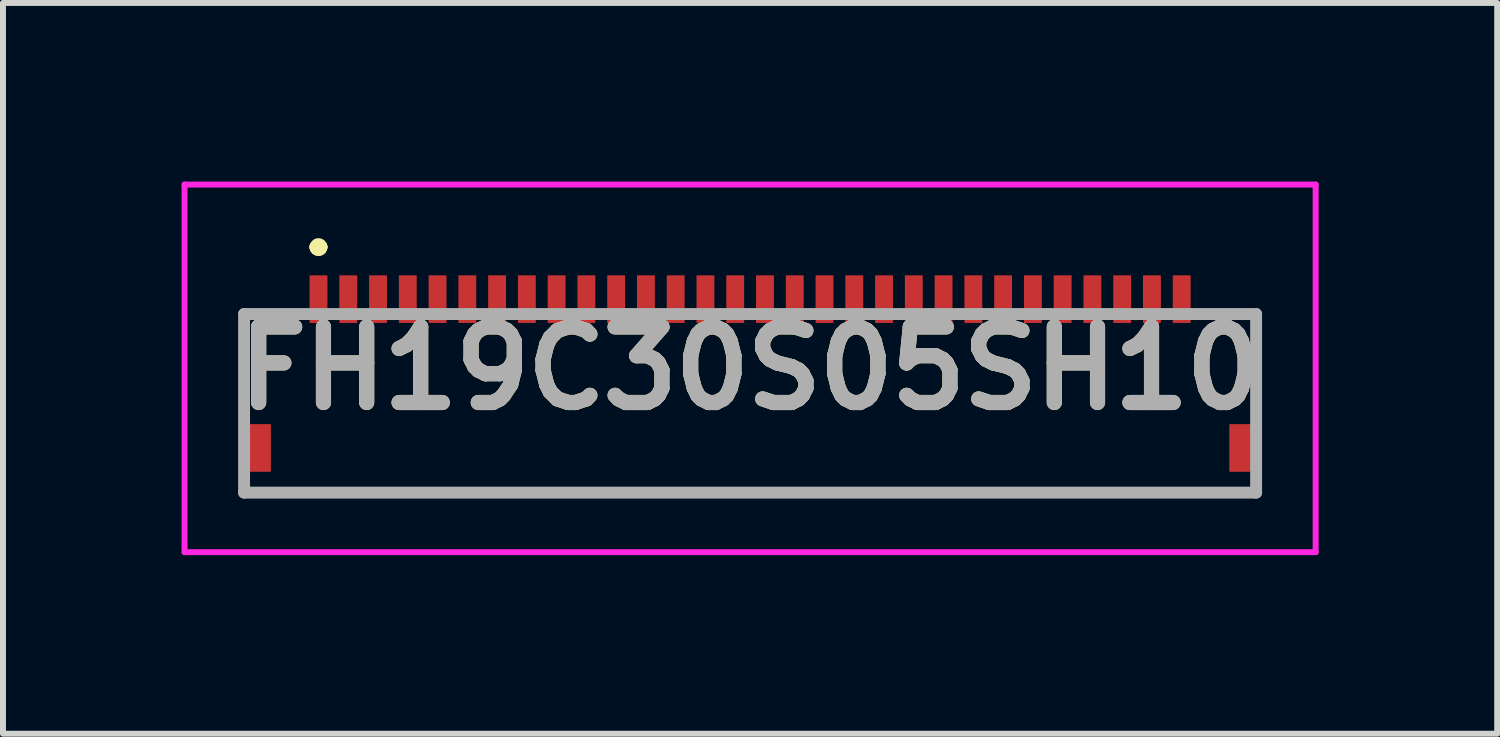
<source format=kicad_pcb>
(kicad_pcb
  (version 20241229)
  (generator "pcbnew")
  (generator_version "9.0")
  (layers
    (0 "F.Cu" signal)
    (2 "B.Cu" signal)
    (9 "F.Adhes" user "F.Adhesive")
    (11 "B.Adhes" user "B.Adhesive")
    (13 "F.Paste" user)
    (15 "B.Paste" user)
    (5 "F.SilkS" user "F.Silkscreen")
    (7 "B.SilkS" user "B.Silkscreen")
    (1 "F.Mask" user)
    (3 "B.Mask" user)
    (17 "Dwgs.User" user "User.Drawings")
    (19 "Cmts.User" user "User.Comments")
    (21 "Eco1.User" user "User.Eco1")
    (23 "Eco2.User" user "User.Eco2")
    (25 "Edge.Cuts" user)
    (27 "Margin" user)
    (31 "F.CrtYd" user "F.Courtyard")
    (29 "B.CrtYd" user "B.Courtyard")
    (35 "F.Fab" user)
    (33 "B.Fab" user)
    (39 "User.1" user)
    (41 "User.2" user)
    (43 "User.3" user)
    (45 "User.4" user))
  (footprint "FH19C30S05SH10"
    (layer "F.Cu")
    (at 9.55 3.725)
    (property "Reference" "FH19C30S05SH10" (at 0 -0.588 0) (layer "F.SilkS") (effects (font (size 1.27 1.27) (thickness 0.254))))
    (attr smd)
    (fp_line (start -8.5 -1.5) (end -8.5 -1.5) (stroke (width 0.1) (type solid)) (layer "F.SilkS"))
    (fp_line (start -8.5 -1.5) (end -8.5 -1.5) (stroke (width 0.1) (type solid)) (layer "F.SilkS"))
    (fp_line (start -8.5 -1.5) (end -8.5 -0.125) (stroke (width 0.1) (type solid)) (layer "F.SilkS"))
    (fp_line (start -8.5 -1.5) (end -8 -1.5) (stroke (width 0.1) (type solid)) (layer "F.SilkS"))
    (fp_line (start -8.5 -0.125) (end -8.5 -1.5) (stroke (width 0.1) (type solid)) (layer "F.SilkS"))
    (fp_line (start -8.5 -0.125) (end -8.5 -0.125) (stroke (width 0.1) (type solid)) (layer "F.SilkS"))
    (fp_line (start -8.5 1.5) (end -8.5 1.5) (stroke (width 0.1) (type solid)) (layer "F.SilkS"))
    (fp_line (start -8.5 1.5) (end 8.5 1.5) (stroke (width 0.1) (type solid)) (layer "F.SilkS"))
    (fp_line (start -8 -1.5) (end -8.5 -1.5) (stroke (width 0.1) (type solid)) (layer "F.SilkS"))
    (fp_line (start -8 -1.5) (end -8 -1.5) (stroke (width 0.1) (type solid)) (layer "F.SilkS"))
    (fp_line (start -7.3 -2.625) (end -7.3 -2.625) (stroke (width 0.2) (type solid)) (layer "F.SilkS"))
    (fp_line (start -7.3 -2.625) (end -7.3 -2.625) (stroke (width 0.2) (type solid)) (layer "F.SilkS"))
    (fp_line (start -7.2 -2.625) (end -7.2 -2.625) (stroke (width 0.2) (type solid)) (layer "F.SilkS"))
    (fp_line (start 8 -1.5) (end 8 -1.5) (stroke (width 0.1) (type solid)) (layer "F.SilkS"))
    (fp_line (start 8 -1.5) (end 8.5 -1.5) (stroke (width 0.1) (type solid)) (layer "F.SilkS"))
    (fp_line (start 8.5 -1.5) (end 8 -1.5) (stroke (width 0.1) (type solid)) (layer "F.SilkS"))
    (fp_line (start 8.5 -1.5) (end 8.5 -1.5) (stroke (width 0.1) (type solid)) (layer "F.SilkS"))
    (fp_line (start 8.5 -1.5) (end 8.5 -1.5) (stroke (width 0.1) (type solid)) (layer "F.SilkS"))
    (fp_line (start 8.5 -1.5) (end 8.5 -0.125) (stroke (width 0.1) (type solid)) (layer "F.SilkS"))
    (fp_line (start 8.5 -0.125) (end 8.5 -1.5) (stroke (width 0.1) (type solid)) (layer "F.SilkS"))
    (fp_line (start 8.5 -0.125) (end 8.5 -0.125) (stroke (width 0.1) (type solid)) (layer "F.SilkS"))
    (fp_line (start 8.5 1.5) (end -8.5 1.5) (stroke (width 0.1) (type solid)) (layer "F.SilkS"))
    (fp_line (start 8.5 1.5) (end 8.5 1.5) (stroke (width 0.1) (type solid)) (layer "F.SilkS"))
    (fp_arc (start -7.3 -2.625) (mid -7.25 -2.675) (end -7.2 -2.625) (stroke (width 0.2) (type solid)) (layer "F.SilkS"))
    (fp_arc (start -7.2 -2.625) (mid -7.25 -2.575) (end -7.3 -2.625) (stroke (width 0.2) (type solid)) (layer "F.SilkS"))
    (fp_arc (start -7.2 -2.625) (mid -7.25 -2.575) (end -7.3 -2.625) (stroke (width 0.2) (type solid)) (layer "F.SilkS"))
    (fp_line (start -9.5 -3.675) (end 9.5 -3.675) (stroke (width 0.1) (type solid)) (layer "F.CrtYd"))
    (fp_line (start -9.5 2.5) (end -9.5 -3.675) (stroke (width 0.1) (type solid)) (layer "F.CrtYd"))
    (fp_line (start 9.5 -3.675) (end 9.5 2.5) (stroke (width 0.1) (type solid)) (layer "F.CrtYd"))
    (fp_line (start 9.5 2.5) (end -9.5 2.5) (stroke (width 0.1) (type solid)) (layer "F.CrtYd"))
    (fp_line (start -8.5 -1.5) (end -8.5 1.5) (stroke (width 0.2) (type solid)) (layer "F.Fab"))
    (fp_line (start -8.5 1.5) (end 8.5 1.5) (stroke (width 0.2) (type solid)) (layer "F.Fab"))
    (fp_line (start 8.5 -1.5) (end -8.5 -1.5) (stroke (width 0.2) (type solid)) (layer "F.Fab"))
    (fp_line (start 8.5 1.5) (end 8.5 -1.5) (stroke (width 0.2) (type solid)) (layer "F.Fab"))
    (fp_text user "${REFERENCE}" (at 0 -0.588 0) (layer "F.Fab") (effects (font (size 1.27 1.27) (thickness 0.254))))
    (pad "1" smd rect (at -7.25 -1.75) (size 0.3 0.8) (layers "F.Cu" "F.Mask" "F.Paste"))
    (pad "2" smd rect (at -6.75 -1.75) (size 0.3 0.8) (layers "F.Cu" "F.Mask" "F.Paste"))
    (pad "3" smd rect (at -6.25 -1.75) (size 0.3 0.8) (layers "F.Cu" "F.Mask" "F.Paste"))
    (pad "4" smd rect (at -5.75 -1.75) (size 0.3 0.8) (layers "F.Cu" "F.Mask" "F.Paste"))
    (pad "5" smd rect (at -5.25 -1.75) (size 0.3 0.8) (layers "F.Cu" "F.Mask" "F.Paste"))
    (pad "6" smd rect (at -4.75 -1.75) (size 0.3 0.8) (layers "F.Cu" "F.Mask" "F.Paste"))
    (pad "7" smd rect (at -4.25 -1.75) (size 0.3 0.8) (layers "F.Cu" "F.Mask" "F.Paste"))
    (pad "8" smd rect (at -3.75 -1.75) (size 0.3 0.8) (layers "F.Cu" "F.Mask" "F.Paste"))
    (pad "9" smd rect (at -3.25 -1.75) (size 0.3 0.8) (layers "F.Cu" "F.Mask" "F.Paste"))
    (pad "10" smd rect (at -2.75 -1.75) (size 0.3 0.8) (layers "F.Cu" "F.Mask" "F.Paste"))
    (pad "11" smd rect (at -2.25 -1.75) (size 0.3 0.8) (layers "F.Cu" "F.Mask" "F.Paste"))
    (pad "12" smd rect (at -1.75 -1.75) (size 0.3 0.8) (layers "F.Cu" "F.Mask" "F.Paste"))
    (pad "13" smd rect (at -1.25 -1.75) (size 0.3 0.8) (layers "F.Cu" "F.Mask" "F.Paste"))
    (pad "14" smd rect (at -0.75 -1.75) (size 0.3 0.8) (layers "F.Cu" "F.Mask" "F.Paste"))
    (pad "15" smd rect (at -0.25 -1.75) (size 0.3 0.8) (layers "F.Cu" "F.Mask" "F.Paste"))
    (pad "16" smd rect (at 0.25 -1.75) (size 0.3 0.8) (layers "F.Cu" "F.Mask" "F.Paste"))
    (pad "17" smd rect (at 0.75 -1.75) (size 0.3 0.8) (layers "F.Cu" "F.Mask" "F.Paste"))
    (pad "18" smd rect (at 1.25 -1.75) (size 0.3 0.8) (layers "F.Cu" "F.Mask" "F.Paste"))
    (pad "19" smd rect (at 1.75 -1.75) (size 0.3 0.8) (layers "F.Cu" "F.Mask" "F.Paste"))
    (pad "20" smd rect (at 2.25 -1.75) (size 0.3 0.8) (layers "F.Cu" "F.Mask" "F.Paste"))
    (pad "21" smd rect (at 2.75 -1.75) (size 0.3 0.8) (layers "F.Cu" "F.Mask" "F.Paste"))
    (pad "22" smd rect (at 3.25 -1.75) (size 0.3 0.8) (layers "F.Cu" "F.Mask" "F.Paste"))
    (pad "23" smd rect (at 3.75 -1.75) (size 0.3 0.8) (layers "F.Cu" "F.Mask" "F.Paste"))
    (pad "24" smd rect (at 4.25 -1.75) (size 0.3 0.8) (layers "F.Cu" "F.Mask" "F.Paste"))
    (pad "25" smd rect (at 4.75 -1.75) (size 0.3 0.8) (layers "F.Cu" "F.Mask" "F.Paste"))
    (pad "26" smd rect (at 5.25 -1.75) (size 0.3 0.8) (layers "F.Cu" "F.Mask" "F.Paste"))
    (pad "27" smd rect (at 5.75 -1.75) (size 0.3 0.8) (layers "F.Cu" "F.Mask" "F.Paste"))
    (pad "28" smd rect (at 6.25 -1.75) (size 0.3 0.8) (layers "F.Cu" "F.Mask" "F.Paste"))
    (pad "29" smd rect (at 6.75 -1.75) (size 0.3 0.8) (layers "F.Cu" "F.Mask" "F.Paste"))
    (pad "30" smd rect (at 7.25 -1.75) (size 0.3 0.8) (layers "F.Cu" "F.Mask" "F.Paste"))
    (pad "MP1" smd rect (at -8.25 0.75) (size 0.4 0.8) (layers "F.Cu" "F.Mask" "F.Paste"))
    (pad "MP2" smd rect (at 8.25 0.75) (size 0.4 0.8) (layers "F.Cu" "F.Mask" "F.Paste")))
  (gr_rect
    (start -3 -3)
    (end 22.1 9.275)
    (stroke (width 0.1) (type default))
    (fill no)
    (layer "Edge.Cuts")))
</source>
